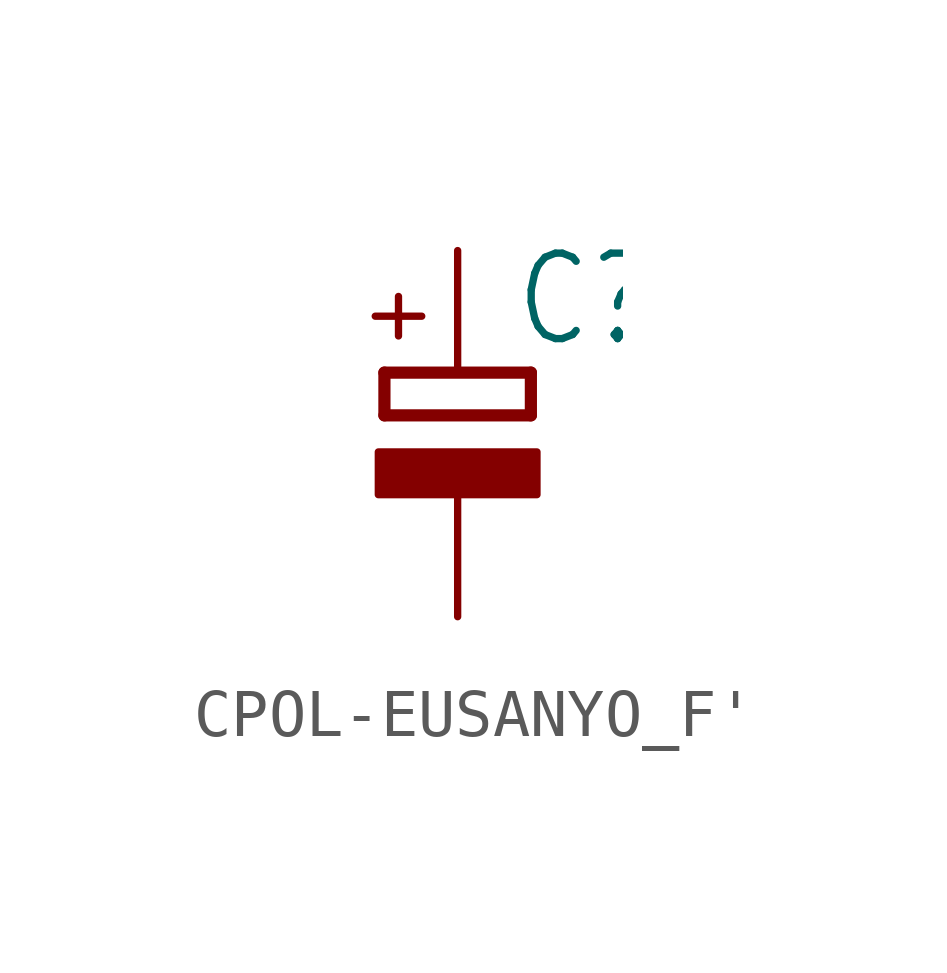
<source format=kicad_sym>
(kicad_symbol_lib
  (version 20231120)
  (generator "kicad_symbol_editor")
  (generator_version "8.0")
  (symbol "CPOL-EUSANYO_F'"
    (property "Reference" "C"
      (at 1.143 0.483 0)
      (effects (font (size 1.778 1.511)) (justify left bottom)))
    (property "Value" ""
      (at 1.143 -4.597 0)
      (effects (font (size 1.778 1.511)) (justify left bottom)))
    (property "ki_locked" ""
      (at 0 0 0)
      (effects (font (size 1.27 1.27))))
    (symbol "CPOL-EUSANYO_F'_1_0"
      (rectangle (start -1.651 -2.54) (end 1.651 -1.651) (stroke (width 0) (type default)) (fill (type outline)))
      (polyline (pts (xy -1.524 -0.889) (xy 1.524 -0.889)) (stroke (width 0.254) (type solid)) (fill (type none)))
      (polyline (pts (xy -1.524 0) (xy -1.524 -0.889)) (stroke (width 0.254) (type solid)) (fill (type none)))
      (polyline (pts (xy -1.524 0) (xy 1.524 0)) (stroke (width 0.254) (type solid)) (fill (type none)))
      (polyline (pts (xy 1.524 -0.889) (xy 1.524 0)) (stroke (width 0.254) (type solid)) (fill (type none)))
      (text "+" (at -0.584 0.406 900) (effects (font (size 1.27 1.079)) (justify left bottom)))
      (pin passive line (at 0 2.54 270) (length 2.54) (name "+" (effects (font (size 0 0)))) (number "+" (effects (font (size 0 0)))))
      (pin passive line (at 0 -5.08 90) (length 2.54) (name "-" (effects (font (size 0 0)))) (number "-" (effects (font (size 0 0))))))))
</source>
